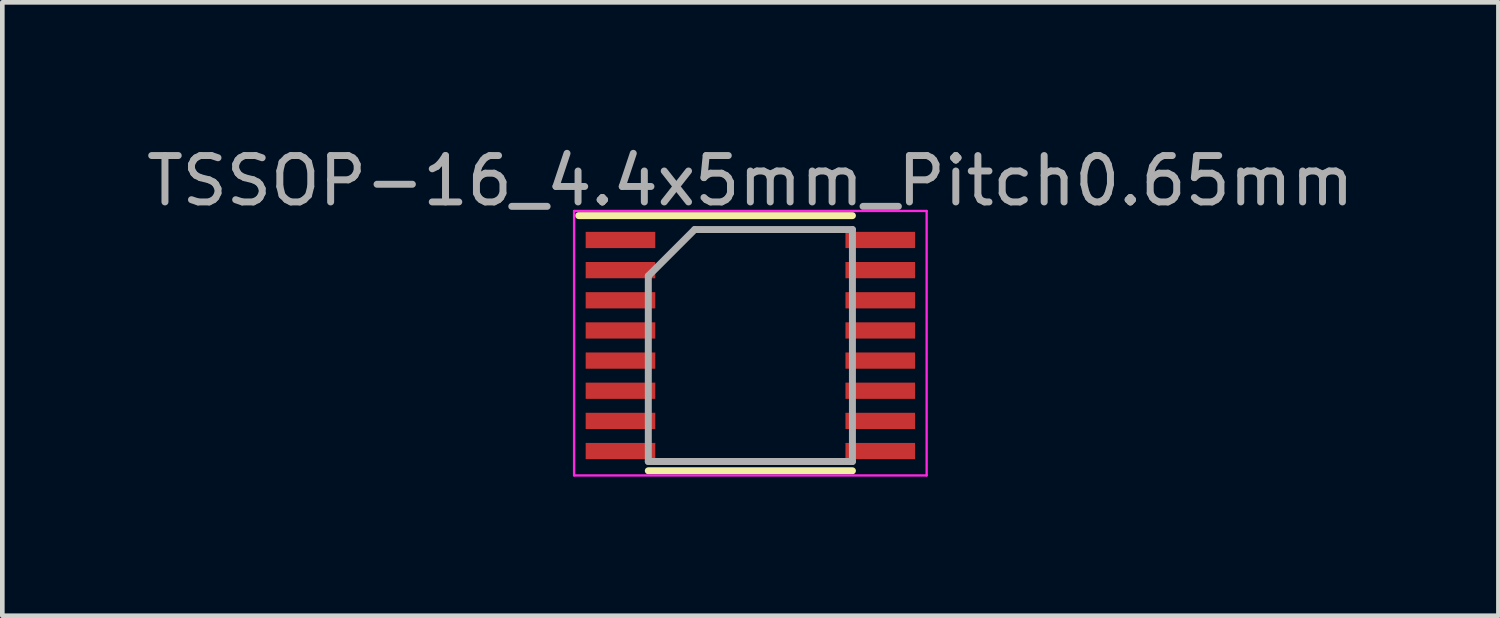
<source format=kicad_pcb>
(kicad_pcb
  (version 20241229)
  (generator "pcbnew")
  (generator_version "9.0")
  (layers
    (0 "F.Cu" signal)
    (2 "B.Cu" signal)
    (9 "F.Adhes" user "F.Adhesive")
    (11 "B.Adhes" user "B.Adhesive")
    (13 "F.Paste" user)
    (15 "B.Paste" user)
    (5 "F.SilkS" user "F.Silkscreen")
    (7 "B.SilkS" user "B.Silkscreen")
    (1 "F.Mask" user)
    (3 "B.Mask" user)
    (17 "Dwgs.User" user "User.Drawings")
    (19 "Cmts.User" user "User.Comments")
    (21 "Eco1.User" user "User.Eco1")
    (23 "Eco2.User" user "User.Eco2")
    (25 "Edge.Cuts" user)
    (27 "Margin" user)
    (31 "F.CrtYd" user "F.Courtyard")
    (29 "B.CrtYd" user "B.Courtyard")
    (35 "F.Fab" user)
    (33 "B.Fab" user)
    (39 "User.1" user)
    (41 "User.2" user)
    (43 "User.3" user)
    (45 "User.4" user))
  (footprint "TSSOP-16_4.4x5mm_Pitch0.65mm"
    (layer "F.Cu")
    (at 13.125 4.398)
    (property "Reference" "TSSOP-16_4.4x5mm_Pitch0.65mm" (at 0 -3.55 0) (layer "F.Fab") (effects (font (size 1 1) (thickness 0.15))))
    (attr smd)
    (fp_line (start -3.7 -2.8) (end 2.2 -2.8) (stroke (width 0.15) (type solid)) (layer "F.SilkS"))
    (fp_line (start -2.2 2.7) (end 2.2 2.7) (stroke (width 0.15) (type solid)) (layer "F.SilkS"))
    (fp_line (start -3.8 -2.9) (end -3.8 2.8) (stroke (width 0.05) (type solid)) (layer "F.CrtYd"))
    (fp_line (start -3.8 -2.9) (end 3.8 -2.9) (stroke (width 0.05) (type solid)) (layer "F.CrtYd"))
    (fp_line (start -3.8 2.8) (end 3.8 2.8) (stroke (width 0.05) (type solid)) (layer "F.CrtYd"))
    (fp_line (start 3.8 -2.9) (end 3.8 2.8) (stroke (width 0.05) (type solid)) (layer "F.CrtYd"))
    (fp_line (start -2.2 -1.5) (end -1.2 -2.5) (stroke (width 0.15) (type solid)) (layer "F.Fab"))
    (fp_line (start -2.2 2.5) (end -2.2 -1.5) (stroke (width 0.15) (type solid)) (layer "F.Fab"))
    (fp_line (start -1.2 -2.5) (end 2.2 -2.5) (stroke (width 0.15) (type solid)) (layer "F.Fab"))
    (fp_line (start 2.2 -2.5) (end 2.2 2.5) (stroke (width 0.15) (type solid)) (layer "F.Fab"))
    (fp_line (start 2.2 2.5) (end -2.2 2.5) (stroke (width 0.15) (type solid)) (layer "F.Fab"))
    (pad "1" smd rect (at -2.8 -2.275) (size 1.5 0.35) (layers "F.Cu" "F.Mask" "F.Paste"))
    (pad "2" smd rect (at -2.8 -1.625) (size 1.5 0.35) (layers "F.Cu" "F.Mask" "F.Paste"))
    (pad "3" smd rect (at -2.8 -0.975) (size 1.5 0.35) (layers "F.Cu" "F.Mask" "F.Paste"))
    (pad "4" smd rect (at -2.8 -0.325) (size 1.5 0.35) (layers "F.Cu" "F.Mask" "F.Paste"))
    (pad "5" smd rect (at -2.8 0.325) (size 1.5 0.35) (layers "F.Cu" "F.Mask" "F.Paste"))
    (pad "6" smd rect (at -2.8 0.975) (size 1.5 0.35) (layers "F.Cu" "F.Mask" "F.Paste"))
    (pad "7" smd rect (at -2.8 1.625) (size 1.5 0.35) (layers "F.Cu" "F.Mask" "F.Paste"))
    (pad "8" smd rect (at -2.8 2.275) (size 1.5 0.35) (layers "F.Cu" "F.Mask" "F.Paste"))
    (pad "9" smd rect (at 2.8 2.275) (size 1.5 0.35) (layers "F.Cu" "F.Mask" "F.Paste"))
    (pad "10" smd rect (at 2.8 1.625) (size 1.5 0.35) (layers "F.Cu" "F.Mask" "F.Paste"))
    (pad "11" smd rect (at 2.8 0.975) (size 1.5 0.35) (layers "F.Cu" "F.Mask" "F.Paste"))
    (pad "12" smd rect (at 2.8 0.325) (size 1.5 0.35) (layers "F.Cu" "F.Mask" "F.Paste"))
    (pad "13" smd rect (at 2.8 -0.325) (size 1.5 0.35) (layers "F.Cu" "F.Mask" "F.Paste"))
    (pad "14" smd rect (at 2.8 -0.975) (size 1.5 0.35) (layers "F.Cu" "F.Mask" "F.Paste"))
    (pad "15" smd rect (at 2.8 -1.625) (size 1.5 0.35) (layers "F.Cu" "F.Mask" "F.Paste"))
    (pad "16" smd rect (at 2.8 -2.275) (size 1.5 0.35) (layers "F.Cu" "F.Mask" "F.Paste")))
  (gr_rect
    (start -3 -3)
    (end 29.25 10.223)
    (stroke (width 0.1) (type default))
    (fill no)
    (layer "Edge.Cuts")))
</source>
